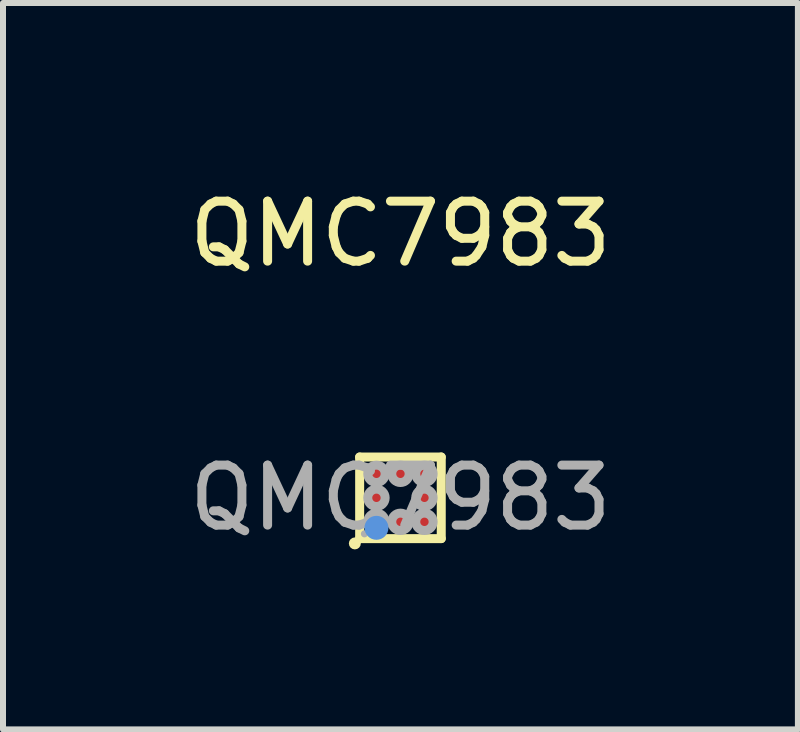
<source format=kicad_pcb>
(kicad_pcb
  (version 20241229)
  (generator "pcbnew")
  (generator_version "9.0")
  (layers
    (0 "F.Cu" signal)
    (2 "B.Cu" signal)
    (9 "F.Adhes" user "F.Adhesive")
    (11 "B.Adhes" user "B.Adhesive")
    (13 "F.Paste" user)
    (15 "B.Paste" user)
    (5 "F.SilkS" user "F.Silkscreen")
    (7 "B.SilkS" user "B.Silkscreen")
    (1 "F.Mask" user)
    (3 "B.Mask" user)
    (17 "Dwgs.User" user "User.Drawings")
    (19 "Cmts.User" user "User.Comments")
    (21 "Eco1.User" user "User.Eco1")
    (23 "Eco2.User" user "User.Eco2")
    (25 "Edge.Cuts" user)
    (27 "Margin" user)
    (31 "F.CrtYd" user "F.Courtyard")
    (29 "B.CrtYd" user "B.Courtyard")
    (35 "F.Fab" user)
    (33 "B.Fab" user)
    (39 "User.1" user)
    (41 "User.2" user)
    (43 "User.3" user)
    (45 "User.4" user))
  (footprint "QMC7983"
    (layer "F.Cu")
    (at 3.625 5.248)
    (property "Reference" "QMC7983" (at 0 -4.4 0) (layer "F.SilkS") (effects (font (size 1 1) (thickness 0.15))))
    (attr through_hole)
    (fp_line (start -0.68 -0.68) (end 0.68 -0.68) (stroke (width 0.15) (type solid)) (layer "F.SilkS"))
    (fp_line (start -0.68 0.68) (end -0.68 -0.68) (stroke (width 0.15) (type solid)) (layer "F.SilkS"))
    (fp_line (start 0.68 -0.68) (end 0.68 0.68) (stroke (width 0.15) (type solid)) (layer "F.SilkS"))
    (fp_line (start 0.68 0.68) (end -0.68 0.68) (stroke (width 0.15) (type solid)) (layer "F.SilkS"))
    (fp_circle (center -0.76 0.76) (end -0.71 0.76) (stroke (width 0.1) (type solid)) (fill no) (layer "F.SilkS"))
    (fp_circle (center -0.4 0.5) (end -0.3 0.5) (stroke (width 0.2) (type solid)) (fill no) (layer "Cmts.User"))
    (fp_circle (center -0.6 0.6) (end -0.57 0.6) (stroke (width 0.06) (type solid)) (fill no) (layer "F.Fab"))
    (fp_circle (center -0.4 -0.4) (end -0.33 -0.4) (stroke (width 0.15) (type solid)) (fill no) (layer "F.Fab"))
    (fp_circle (center -0.4 0) (end -0.33 0) (stroke (width 0.15) (type solid)) (fill no) (layer "F.Fab"))
    (fp_circle (center -0.4 0.4) (end -0.33 0.4) (stroke (width 0.15) (type solid)) (fill no) (layer "F.Fab"))
    (fp_circle (center 0 -0.4) (end 0.07 -0.4) (stroke (width 0.15) (type solid)) (fill no) (layer "F.Fab"))
    (fp_circle (center 0 0.4) (end 0.07 0.4) (stroke (width 0.15) (type solid)) (fill no) (layer "F.Fab"))
    (fp_circle (center 0.4 -0.4) (end 0.47 -0.4) (stroke (width 0.15) (type solid)) (fill no) (layer "F.Fab"))
    (fp_circle (center 0.4 0) (end 0.47 0) (stroke (width 0.15) (type solid)) (fill no) (layer "F.Fab"))
    (fp_circle (center 0.4 0.4) (end 0.47 0.4) (stroke (width 0.15) (type solid)) (fill no) (layer "F.Fab"))
    (fp_text user "${REFERENCE}" (at 0 0 0) (layer "F.Fab") (effects (font (size 1 1) (thickness 0.15))))
    (pad "A1" smd circle (at -0.4 0.4) (size 0.24 0.24) (layers "F.Cu" "F.Mask" "F.Paste"))
    (pad "A2" smd circle (at -0.4 0) (size 0.24 0.24) (layers "F.Cu" "F.Mask" "F.Paste"))
    (pad "A3" smd circle (at -0.4 -0.4) (size 0.24 0.24) (layers "F.Cu" "F.Mask" "F.Paste"))
    (pad "B1" smd circle (at 0 0.4) (size 0.24 0.24) (layers "F.Cu" "F.Mask" "F.Paste"))
    (pad "B3" smd circle (at 0 -0.4) (size 0.24 0.24) (layers "F.Cu" "F.Mask" "F.Paste"))
    (pad "C1" smd circle (at 0.4 0.4) (size 0.24 0.24) (layers "F.Cu" "F.Mask" "F.Paste"))
    (pad "C2" smd circle (at 0.4 0) (size 0.24 0.24) (layers "F.Cu" "F.Mask" "F.Paste"))
    (pad "C3" smd circle (at 0.4 -0.4) (size 0.24 0.24) (layers "F.Cu" "F.Mask" "F.Paste")))
  (gr_rect
    (start -3 -3)
    (end 10.25 9.108)
    (stroke (width 0.1) (type default))
    (fill no)
    (layer "Edge.Cuts")))
</source>
